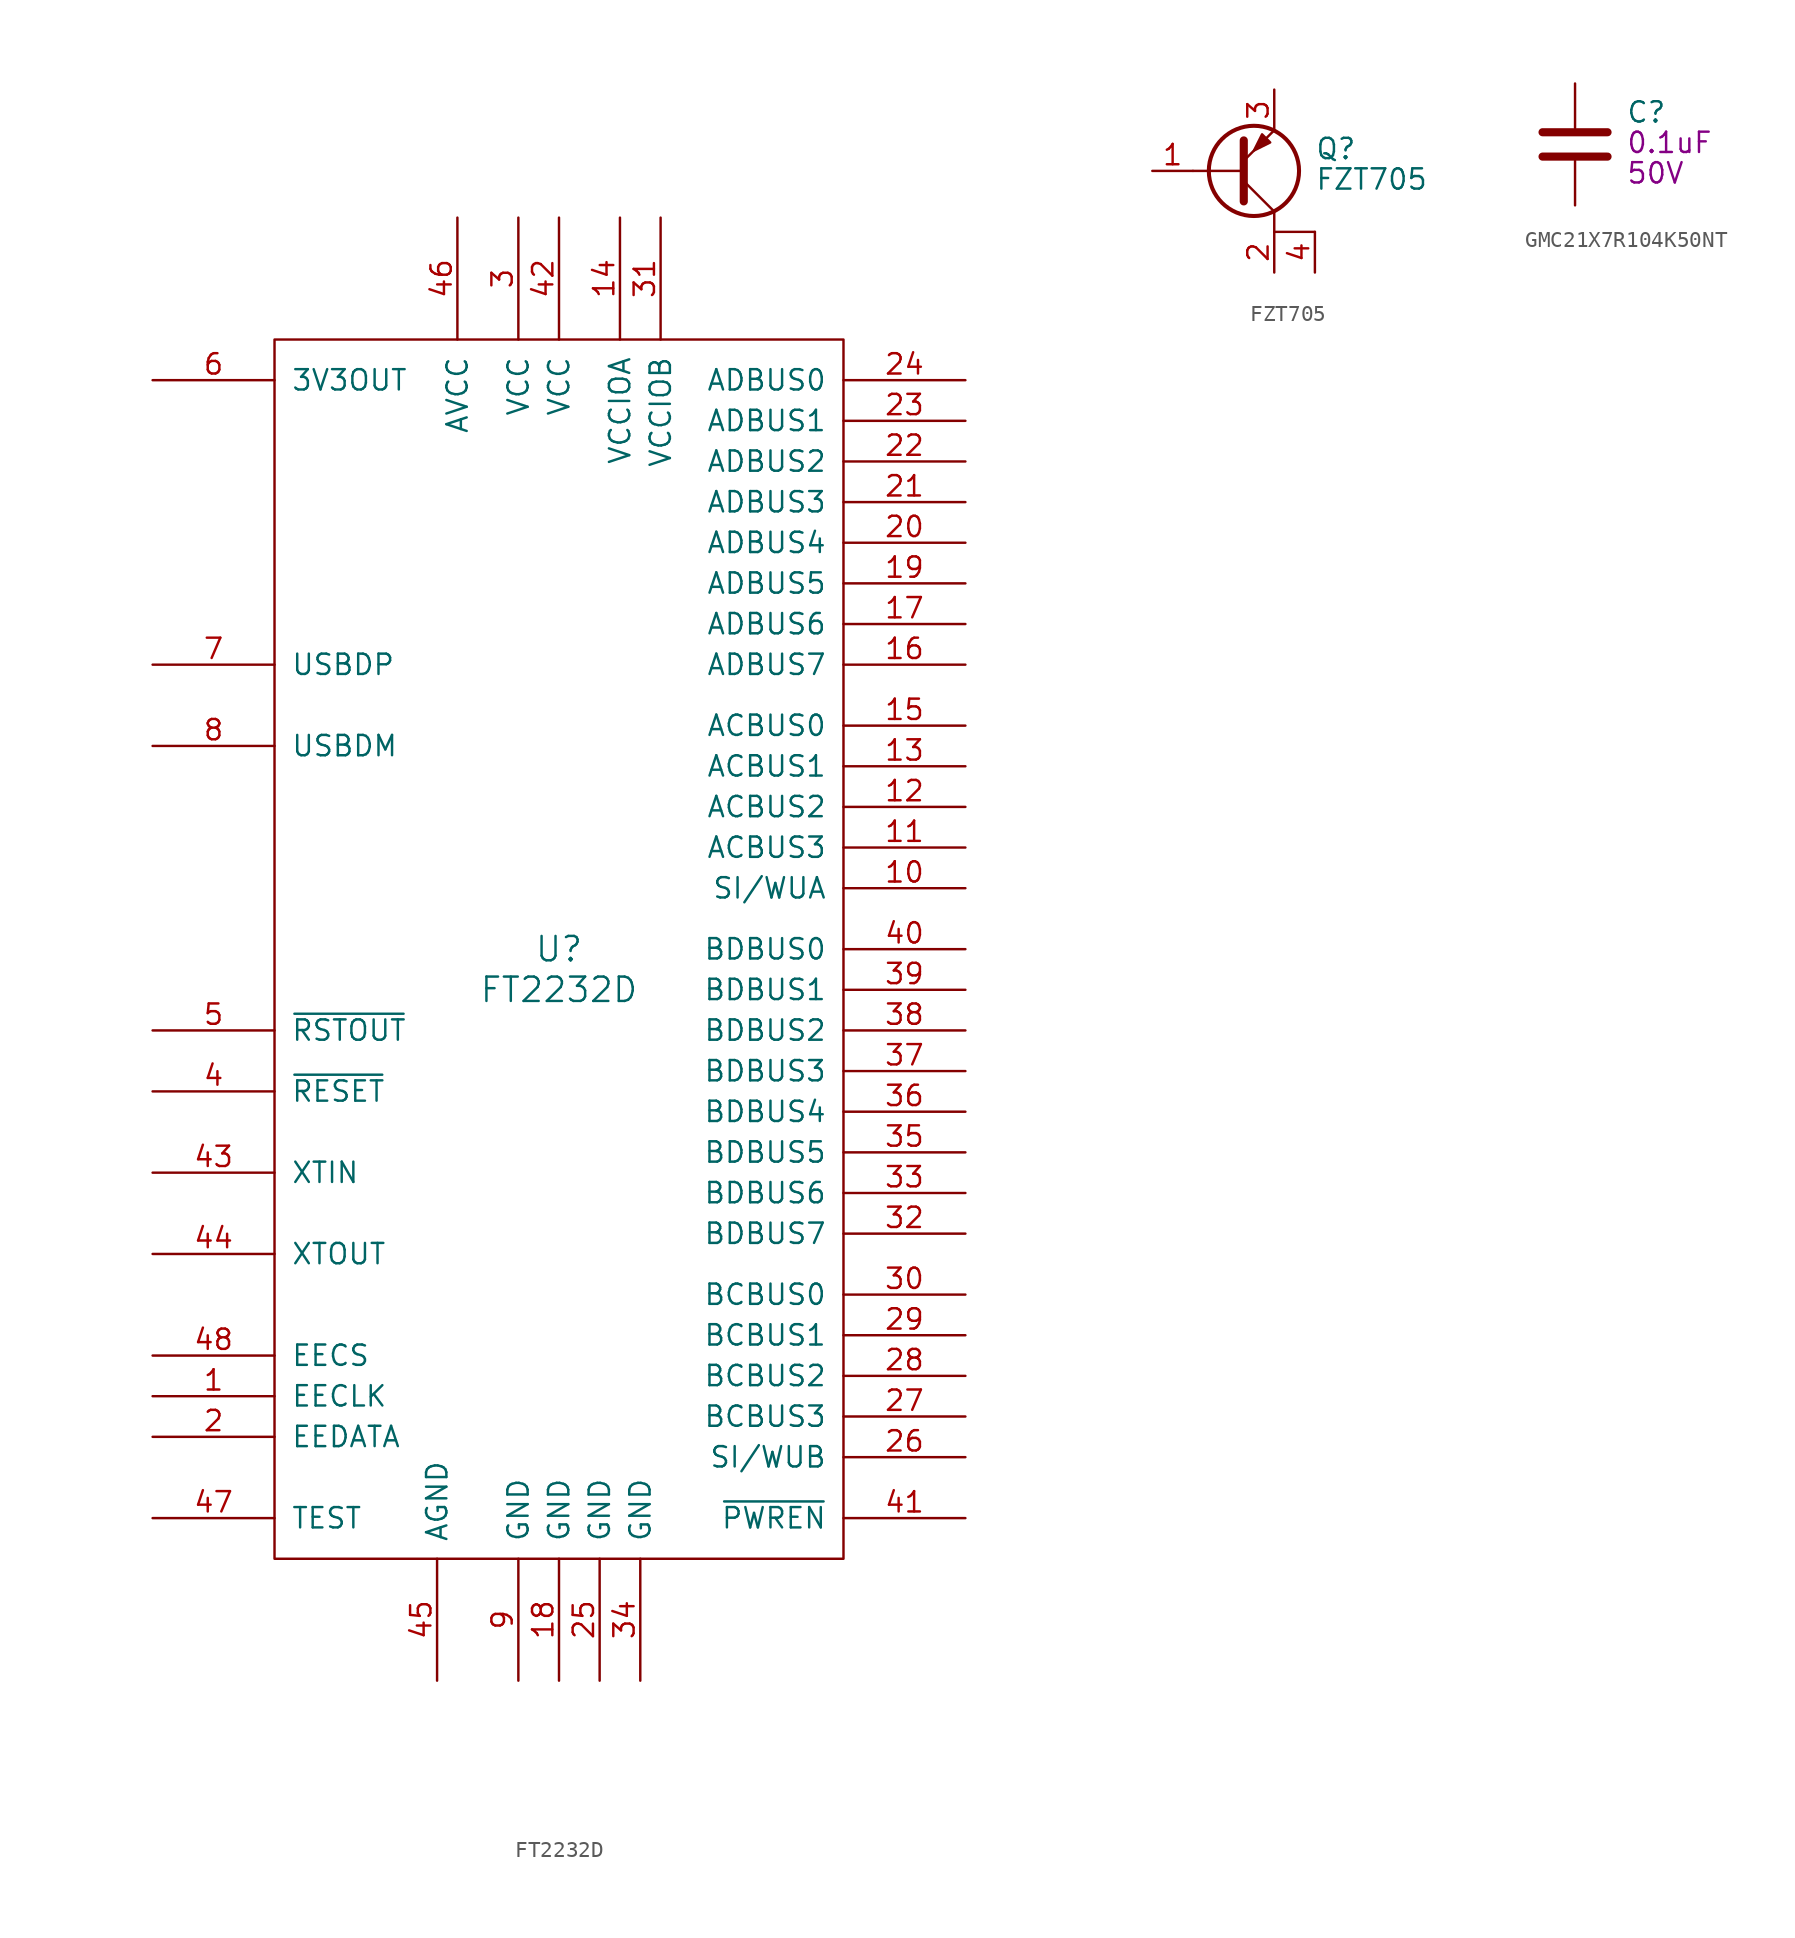
<source format=kicad_sym>
(kicad_symbol_lib
  (version 20210619)
  (generator kicad_symbol_editor)
  (symbol "custom:FT2232D"
    (pin_names
      (offset 1.016))
    (property "Reference" "U"
      (at 0 1.27 0)
      (effects (font (size 1.524 1.524))))
    (property "Value" "FT2232D"
      (at 0 -1.27 0)
      (effects (font (size 1.524 1.524))))
    (symbol "FT2232D_0_1"
      (rectangle (start -17.78 -36.83) (end 17.78 39.37) (stroke (width 0)) (fill (type none))))
    (symbol "FT2232D_1_1"
      (pin output line (at -25.4 -26.67 0) (length 7.62) (name "EECLK" (effects (font (size 1.27 1.27)))) (number "1" (effects (font (size 1.27 1.27)))))
      (pin bidirectional line (at 25.4 5.08 180) (length 7.62) (name "SI/WUA" (effects (font (size 1.27 1.27)))) (number "10" (effects (font (size 1.27 1.27)))))
      (pin bidirectional line (at 25.4 7.62 180) (length 7.62) (name "ACBUS3" (effects (font (size 1.27 1.27)))) (number "11" (effects (font (size 1.27 1.27)))))
      (pin bidirectional line (at 25.4 10.16 180) (length 7.62) (name "ACBUS2" (effects (font (size 1.27 1.27)))) (number "12" (effects (font (size 1.27 1.27)))))
      (pin bidirectional line (at 25.4 12.7 180) (length 7.62) (name "ACBUS1" (effects (font (size 1.27 1.27)))) (number "13" (effects (font (size 1.27 1.27)))))
      (pin power_in line (at 3.81 46.99 270) (length 7.62) (name "VCCIOA" (effects (font (size 1.27 1.27)))) (number "14" (effects (font (size 1.27 1.27)))))
      (pin bidirectional line (at 25.4 15.24 180) (length 7.62) (name "ACBUS0" (effects (font (size 1.27 1.27)))) (number "15" (effects (font (size 1.27 1.27)))))
      (pin bidirectional line (at 25.4 19.05 180) (length 7.62) (name "ADBUS7" (effects (font (size 1.27 1.27)))) (number "16" (effects (font (size 1.27 1.27)))))
      (pin bidirectional line (at 25.4 21.59 180) (length 7.62) (name "ADBUS6" (effects (font (size 1.27 1.27)))) (number "17" (effects (font (size 1.27 1.27)))))
      (pin power_in line (at 0 -44.45 90) (length 7.62) (name "GND" (effects (font (size 1.27 1.27)))) (number "18" (effects (font (size 1.27 1.27)))))
      (pin bidirectional line (at 25.4 24.13 180) (length 7.62) (name "ADBUS5" (effects (font (size 1.27 1.27)))) (number "19" (effects (font (size 1.27 1.27)))))
      (pin bidirectional line (at -25.4 -29.21 0) (length 7.62) (name "EEDATA" (effects (font (size 1.27 1.27)))) (number "2" (effects (font (size 1.27 1.27)))))
      (pin bidirectional line (at 25.4 26.67 180) (length 7.62) (name "ADBUS4" (effects (font (size 1.27 1.27)))) (number "20" (effects (font (size 1.27 1.27)))))
      (pin bidirectional line (at 25.4 29.21 180) (length 7.62) (name "ADBUS3" (effects (font (size 1.27 1.27)))) (number "21" (effects (font (size 1.27 1.27)))))
      (pin bidirectional line (at 25.4 31.75 180) (length 7.62) (name "ADBUS2" (effects (font (size 1.27 1.27)))) (number "22" (effects (font (size 1.27 1.27)))))
      (pin bidirectional line (at 25.4 34.29 180) (length 7.62) (name "ADBUS1" (effects (font (size 1.27 1.27)))) (number "23" (effects (font (size 1.27 1.27)))))
      (pin bidirectional line (at 25.4 36.83 180) (length 7.62) (name "ADBUS0" (effects (font (size 1.27 1.27)))) (number "24" (effects (font (size 1.27 1.27)))))
      (pin power_in line (at 2.54 -44.45 90) (length 7.62) (name "GND" (effects (font (size 1.27 1.27)))) (number "25" (effects (font (size 1.27 1.27)))))
      (pin output line (at 25.4 -30.48 180) (length 7.62) (name "SI/WUB" (effects (font (size 1.27 1.27)))) (number "26" (effects (font (size 1.27 1.27)))))
      (pin output line (at 25.4 -27.94 180) (length 7.62) (name "BCBUS3" (effects (font (size 1.27 1.27)))) (number "27" (effects (font (size 1.27 1.27)))))
      (pin output line (at 25.4 -25.4 180) (length 7.62) (name "BCBUS2" (effects (font (size 1.27 1.27)))) (number "28" (effects (font (size 1.27 1.27)))))
      (pin output line (at 25.4 -22.86 180) (length 7.62) (name "BCBUS1" (effects (font (size 1.27 1.27)))) (number "29" (effects (font (size 1.27 1.27)))))
      (pin power_in line (at -2.54 46.99 270) (length 7.62) (name "VCC" (effects (font (size 1.27 1.27)))) (number "3" (effects (font (size 1.27 1.27)))))
      (pin output line (at 25.4 -20.32 180) (length 7.62) (name "BCBUS0" (effects (font (size 1.27 1.27)))) (number "30" (effects (font (size 1.27 1.27)))))
      (pin power_in line (at 6.35 46.99 270) (length 7.62) (name "VCCIOB" (effects (font (size 1.27 1.27)))) (number "31" (effects (font (size 1.27 1.27)))))
      (pin output line (at 25.4 -16.51 180) (length 7.62) (name "BDBUS7" (effects (font (size 1.27 1.27)))) (number "32" (effects (font (size 1.27 1.27)))))
      (pin output line (at 25.4 -13.97 180) (length 7.62) (name "BDBUS6" (effects (font (size 1.27 1.27)))) (number "33" (effects (font (size 1.27 1.27)))))
      (pin power_in line (at 5.08 -44.45 90) (length 7.62) (name "GND" (effects (font (size 1.27 1.27)))) (number "34" (effects (font (size 1.27 1.27)))))
      (pin output line (at 25.4 -11.43 180) (length 7.62) (name "BDBUS5" (effects (font (size 1.27 1.27)))) (number "35" (effects (font (size 1.27 1.27)))))
      (pin output line (at 25.4 -8.89 180) (length 7.62) (name "BDBUS4" (effects (font (size 1.27 1.27)))) (number "36" (effects (font (size 1.27 1.27)))))
      (pin output line (at 25.4 -6.35 180) (length 7.62) (name "BDBUS3" (effects (font (size 1.27 1.27)))) (number "37" (effects (font (size 1.27 1.27)))))
      (pin output line (at 25.4 -3.81 180) (length 7.62) (name "BDBUS2" (effects (font (size 1.27 1.27)))) (number "38" (effects (font (size 1.27 1.27)))))
      (pin output line (at 25.4 -1.27 180) (length 7.62) (name "BDBUS1" (effects (font (size 1.27 1.27)))) (number "39" (effects (font (size 1.27 1.27)))))
      (pin input line (at -25.4 -7.62 0) (length 7.62) (name "~{RESET}" (effects (font (size 1.27 1.27)))) (number "4" (effects (font (size 1.27 1.27)))))
      (pin output line (at 25.4 1.27 180) (length 7.62) (name "BDBUS0" (effects (font (size 1.27 1.27)))) (number "40" (effects (font (size 1.27 1.27)))))
      (pin output line (at 25.4 -34.29 180) (length 7.62) (name "~{PWREN}" (effects (font (size 1.27 1.27)))) (number "41" (effects (font (size 1.27 1.27)))))
      (pin power_in line (at 0 46.99 270) (length 7.62) (name "VCC" (effects (font (size 1.27 1.27)))) (number "42" (effects (font (size 1.27 1.27)))))
      (pin input line (at -25.4 -12.7 0) (length 7.62) (name "XTIN" (effects (font (size 1.27 1.27)))) (number "43" (effects (font (size 1.27 1.27)))))
      (pin output line (at -25.4 -17.78 0) (length 7.62) (name "XTOUT" (effects (font (size 1.27 1.27)))) (number "44" (effects (font (size 1.27 1.27)))))
      (pin power_in line (at -7.62 -44.45 90) (length 7.62) (name "AGND" (effects (font (size 1.27 1.27)))) (number "45" (effects (font (size 1.27 1.27)))))
      (pin power_in line (at -6.35 46.99 270) (length 7.62) (name "AVCC" (effects (font (size 1.27 1.27)))) (number "46" (effects (font (size 1.27 1.27)))))
      (pin input line (at -25.4 -34.29 0) (length 7.62) (name "TEST" (effects (font (size 1.27 1.27)))) (number "47" (effects (font (size 1.27 1.27)))))
      (pin bidirectional line (at -25.4 -24.13 0) (length 7.62) (name "EECS" (effects (font (size 1.27 1.27)))) (number "48" (effects (font (size 1.27 1.27)))))
      (pin output line (at -25.4 -3.81 0) (length 7.62) (name "~{RSTOUT}" (effects (font (size 1.27 1.27)))) (number "5" (effects (font (size 1.27 1.27)))))
      (pin power_out line (at -25.4 36.83 0) (length 7.62) (name "3V3OUT" (effects (font (size 1.27 1.27)))) (number "6" (effects (font (size 1.27 1.27)))))
      (pin bidirectional line (at -25.4 19.05 0) (length 7.62) (name "USBDP" (effects (font (size 1.27 1.27)))) (number "7" (effects (font (size 1.27 1.27)))))
      (pin bidirectional line (at -25.4 13.97 0) (length 7.62) (name "USBDM" (effects (font (size 1.27 1.27)))) (number "8" (effects (font (size 1.27 1.27)))))
      (pin power_in line (at -2.54 -44.45 90) (length 7.62) (name "GND" (effects (font (size 1.27 1.27)))) (number "9" (effects (font (size 1.27 1.27)))))))
  (symbol "custom:FZT705"
    (pin_names
      (offset 0) hide)
    (property "Reference" "Q"
      (at 5.08 0.635 0)
      (effects (font (size 1.27 1.27)) (justify left bottom)))
    (property "Value" "FZT705"
      (at 5.08 -1.27 0)
      (effects (font (size 1.27 1.27)) (justify left bottom)))
    (symbol "FZT705_0_1"
      (circle (center 1.27 0) (radius 2.819) (stroke (width 0.254)) (fill (type none)))
      (polyline (pts (xy -2.54 0) (xy 0.635 0)) (stroke (width 0)) (fill (type none)))
      (polyline (pts (xy 0.635 0.635) (xy 2.54 2.54)) (stroke (width 0)) (fill (type none)))
      (polyline (pts (xy 2.54 -3.81) (xy 2.54 -2.54)) (stroke (width 0)) (fill (type none)))
      (polyline (pts (xy 2.54 -3.81) (xy 5.08 -3.81)) (stroke (width 0)) (fill (type none)))
      (polyline (pts (xy 0.635 -0.635) (xy 2.54 -2.54) (xy 2.54 -2.54)) (stroke (width 0)) (fill (type none)))
      (polyline (pts (xy 0.635 1.905) (xy 0.635 -1.905) (xy 0.635 -1.905)) (stroke (width 0.508)) (fill (type none)))
      (polyline (pts (xy 2.286 1.778) (xy 1.778 2.286) (xy 1.27 1.27) (xy 2.286 1.778)) (stroke (width 0)) (fill (type outline))))
    (symbol "FZT705_1_1"
      (pin passive line (at -5.08 0 0) (length 2.54) (name "B" (effects (font (size 1.27 1.27)))) (number "1" (effects (font (size 1.27 1.27)))))
      (pin passive line (at 2.54 -6.35 90) (length 2.54) (name "C" (effects (font (size 1.27 1.27)))) (number "2" (effects (font (size 1.27 1.27)))))
      (pin passive line (at 2.54 5.08 270) (length 2.54) (name "E" (effects (font (size 1.27 1.27)))) (number "3" (effects (font (size 1.27 1.27)))))
      (pin passive line (at 5.08 -6.35 90) (length 2.54) (name "C" (effects (font (size 1.27 1.27)))) (number "4" (effects (font (size 1.27 1.27)))))))
  (symbol "custom:GMC21X7R104K50NT"
    (pin_numbers hide)
    (pin_names
      (offset 0) hide)
    (property "Reference" "C"
      (at 3.175 1.27 0)
      (effects (font (size 1.27 1.27)) (justify left bottom)))
    (property "Capacitance" "0.1uF"
      (at 3.175 -0.635 0)
      (effects (font (size 1.27 1.27)) (justify left bottom)))
    (property "RATING" "50V"
      (at 3.175 -2.54 0)
      (effects (font (size 1.27 1.27)) (justify left bottom)))
    (symbol "GMC21X7R104K50NT_0_1"
      (polyline (pts (xy -2.032 -0.762) (xy 2.032 -0.762)) (stroke (width 0.508)) (fill (type none)))
      (polyline (pts (xy -2.032 0.762) (xy 2.032 0.762)) (stroke (width 0.508)) (fill (type none))))
    (symbol "GMC21X7R104K50NT_1_1"
      (pin passive line (at 0 3.81 270) (length 2.794) (name "~" (effects (font (size 1.27 1.27)))) (number "1" (effects (font (size 1.27 1.27)))))
      (pin passive line (at 0 -3.81 90) (length 2.794) (name "~" (effects (font (size 1.27 1.27)))) (number "2" (effects (font (size 1.27 1.27))))))))
</source>
